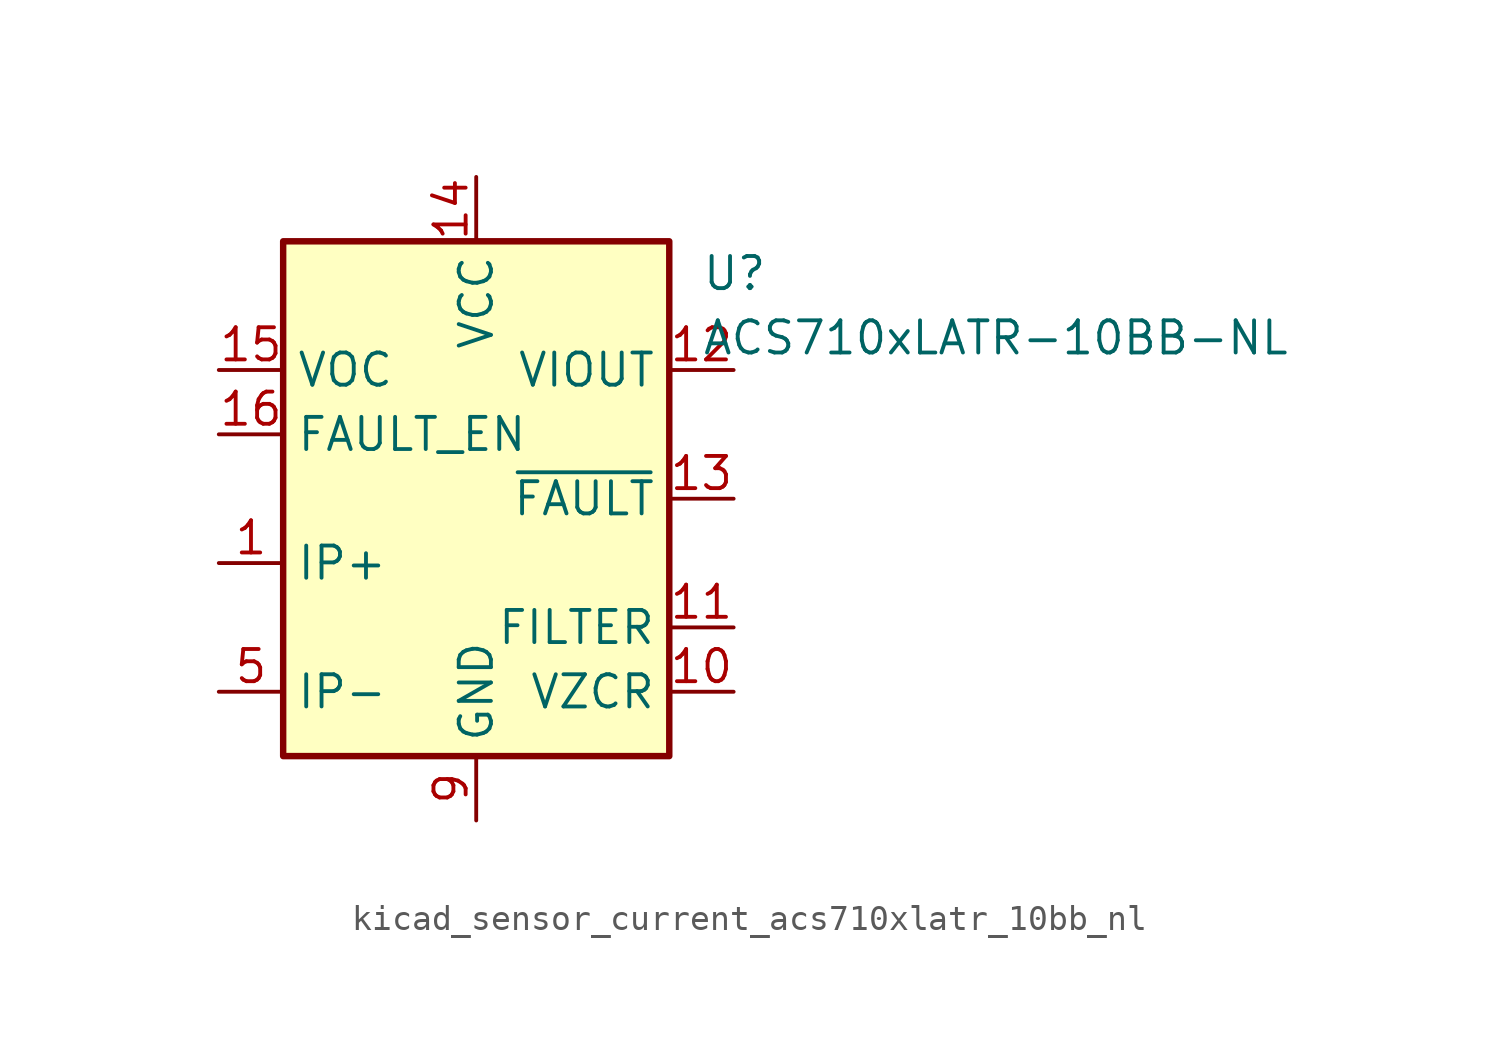
<source format=kicad_sym>
(kicad_symbol_lib
  (version 20220914)
  (generator kicad_symbol_editor)
  (symbol "kicad_sensor_current_acs710xlatr_10bb_nl"
    (property "Reference" "U"
      (at 8.89 8.89 0)
      (effects (font (size 1.27 1.27)) (justify left)))
    (property "Value" "ACS710xLATR-10BB-NL"
      (at 8.89 6.35 0)
      (effects (font (size 1.27 1.27)) (justify left)))
    (symbol "kicad_sensor_current_acs710xlatr_10bb_nl_0_1"
      (rectangle (start -7.62 10.16) (end 7.62 -10.16) (stroke (width 0.254) (type default)) (fill (type background))))
    (symbol "kicad_sensor_current_acs710xlatr_10bb_nl_1_1"
      (pin passive line (at -10.16 -2.54 0) (length 2.54) (name "IP+" (effects (font (size 1.27 1.27)))) (number "1" (effects (font (size 1.27 1.27)))))
      (pin passive line (at 10.16 -7.62 180) (length 2.54) (name "VZCR" (effects (font (size 1.27 1.27)))) (number "10" (effects (font (size 1.27 1.27)))))
      (pin passive line (at 10.16 -5.08 180) (length 2.54) (name "FILTER" (effects (font (size 1.27 1.27)))) (number "11" (effects (font (size 1.27 1.27)))))
      (pin output line (at 10.16 5.08 180) (length 2.54) (name "VIOUT" (effects (font (size 1.27 1.27)))) (number "12" (effects (font (size 1.27 1.27)))))
      (pin output line (at 10.16 0 180) (length 2.54) (name "~{FAULT}" (effects (font (size 1.27 1.27)))) (number "13" (effects (font (size 1.27 1.27)))))
      (pin power_in line (at 0 12.7 270) (length 2.54) (name "VCC" (effects (font (size 1.27 1.27)))) (number "14" (effects (font (size 1.27 1.27)))))
      (pin input line (at -10.16 5.08 0) (length 2.54) (name "VOC" (effects (font (size 1.27 1.27)))) (number "15" (effects (font (size 1.27 1.27)))))
      (pin input line (at -10.16 2.54 0) (length 2.54) (name "FAULT_EN" (effects (font (size 1.27 1.27)))) (number "16" (effects (font (size 1.27 1.27)))))
      (pin passive line (at -10.16 -2.54 0) (length 2.54) hide (name "IP+" (effects (font (size 1.27 1.27)))) (number "2" (effects (font (size 1.27 1.27)))))
      (pin passive line (at -10.16 -2.54 0) (length 2.54) hide (name "IP+" (effects (font (size 1.27 1.27)))) (number "3" (effects (font (size 1.27 1.27)))))
      (pin passive line (at -10.16 -2.54 0) (length 2.54) hide (name "IP+" (effects (font (size 1.27 1.27)))) (number "4" (effects (font (size 1.27 1.27)))))
      (pin passive line (at -10.16 -7.62 0) (length 2.54) (name "IP-" (effects (font (size 1.27 1.27)))) (number "5" (effects (font (size 1.27 1.27)))))
      (pin passive line (at -10.16 -7.62 0) (length 2.54) hide (name "IP-" (effects (font (size 1.27 1.27)))) (number "6" (effects (font (size 1.27 1.27)))))
      (pin passive line (at -10.16 -7.62 0) (length 2.54) hide (name "IP-" (effects (font (size 1.27 1.27)))) (number "7" (effects (font (size 1.27 1.27)))))
      (pin passive line (at -10.16 -7.62 0) (length 2.54) hide (name "IP-" (effects (font (size 1.27 1.27)))) (number "8" (effects (font (size 1.27 1.27)))))
      (pin power_in line (at 0 -12.7 90) (length 2.54) (name "GND" (effects (font (size 1.27 1.27)))) (number "9" (effects (font (size 1.27 1.27))))))))
</source>
